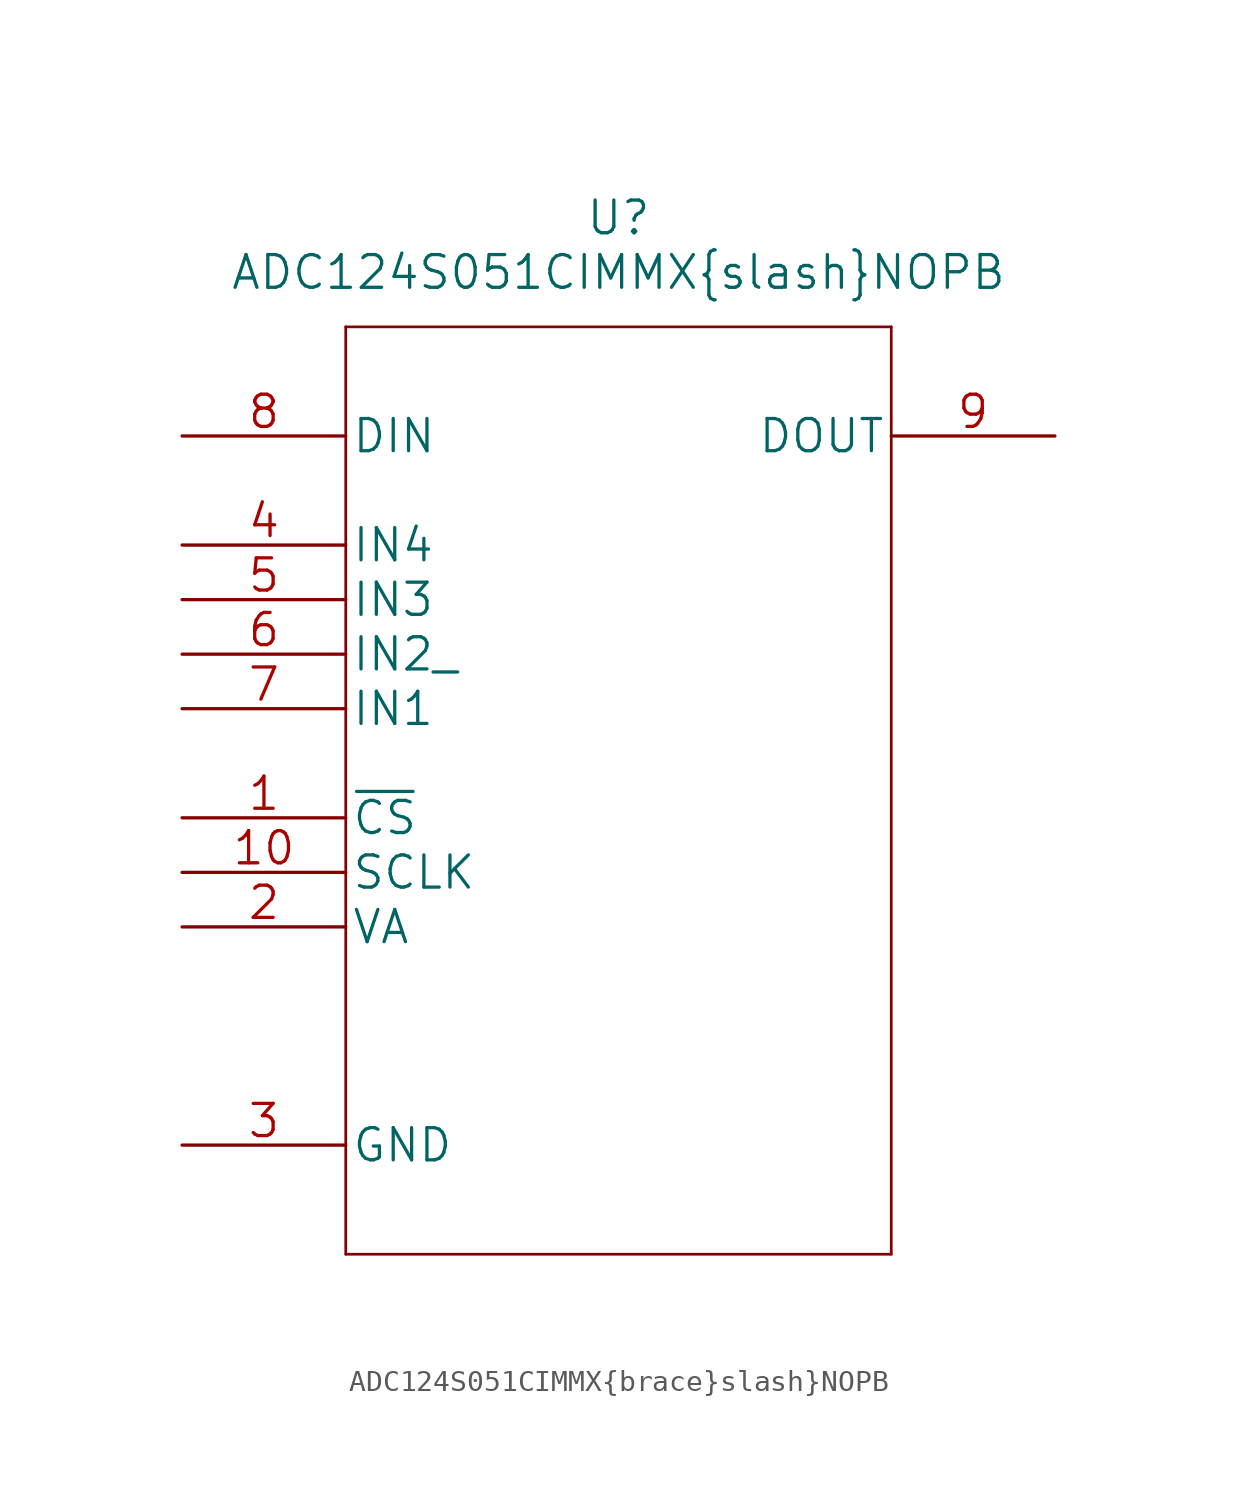
<source format=kicad_sym>
(kicad_symbol_lib
  (version 20211014)
  (generator kicad_symbol_editor)
  (symbol "ADC124S051CIMMX{brace}slash}NOPB"
    (pin_names
      (offset 0.254))
    (property "Reference" "U"
      (at 20.32 10.16 0)
      (effects (font (size 1.524 1.524))))
    (property "Value" "ADC124S051CIMMX{brace}slash}NOPB"
      (at 20.32 7.62 0)
      (effects (font (size 1.524 1.524))))
    (property "Datasheet" ""
      (at 0 0 0)
      (effects (font (size 1.524 1.524))))
    (property "ki_locked" ""
      (at 0 0 0)
      (effects (font (size 1.27 1.27))))
    (symbol "ADC124S051CIMMX{brace}slash}NOPB_1_1"
      (polyline (pts (xy 7.62 -38.1) (xy 33.02 -38.1)) (stroke (width 0.127) (type default) (color 0 0 0 0)) (fill (type none)))
      (polyline (pts (xy 7.62 5.08) (xy 7.62 -38.1)) (stroke (width 0.127) (type default) (color 0 0 0 0)) (fill (type none)))
      (polyline (pts (xy 33.02 -38.1) (xy 33.02 5.08)) (stroke (width 0.127) (type default) (color 0 0 0 0)) (fill (type none)))
      (polyline (pts (xy 33.02 5.08) (xy 7.62 5.08)) (stroke (width 0.127) (type default) (color 0 0 0 0)) (fill (type none)))
      (pin passive line (at 0 -17.78 0) (length 7.62) (name "~{CS}" (effects (font (size 1.499 1.499)))) (number "1" (effects (font (size 1.499 1.499)))))
      (pin passive line (at 0 -20.32 0) (length 7.62) (name "SCLK" (effects (font (size 1.499 1.499)))) (number "10" (effects (font (size 1.499 1.499)))))
      (pin passive line (at 0 -22.86 0) (length 7.62) (name "VA" (effects (font (size 1.499 1.499)))) (number "2" (effects (font (size 1.499 1.499)))))
      (pin passive line (at 0 -33.02 0) (length 7.62) (name "GND" (effects (font (size 1.499 1.499)))) (number "3" (effects (font (size 1.499 1.499)))))
      (pin input line (at 0 -5.08 0) (length 7.62) (name "IN4" (effects (font (size 1.499 1.499)))) (number "4" (effects (font (size 1.499 1.499)))))
      (pin input line (at 0 -7.62 0) (length 7.62) (name "IN3" (effects (font (size 1.499 1.499)))) (number "5" (effects (font (size 1.499 1.499)))))
      (pin input line (at 0 -10.16 0) (length 7.62) (name "IN2_" (effects (font (size 1.499 1.499)))) (number "6" (effects (font (size 1.499 1.499)))))
      (pin input line (at 0 -12.7 0) (length 7.62) (name "IN1" (effects (font (size 1.499 1.499)))) (number "7" (effects (font (size 1.499 1.499)))))
      (pin input line (at 0 0 0) (length 7.62) (name "DIN" (effects (font (size 1.499 1.499)))) (number "8" (effects (font (size 1.499 1.499)))))
      (pin output line (at 40.64 0 180) (length 7.62) (name "DOUT" (effects (font (size 1.499 1.499)))) (number "9" (effects (font (size 1.499 1.499))))))))
</source>
